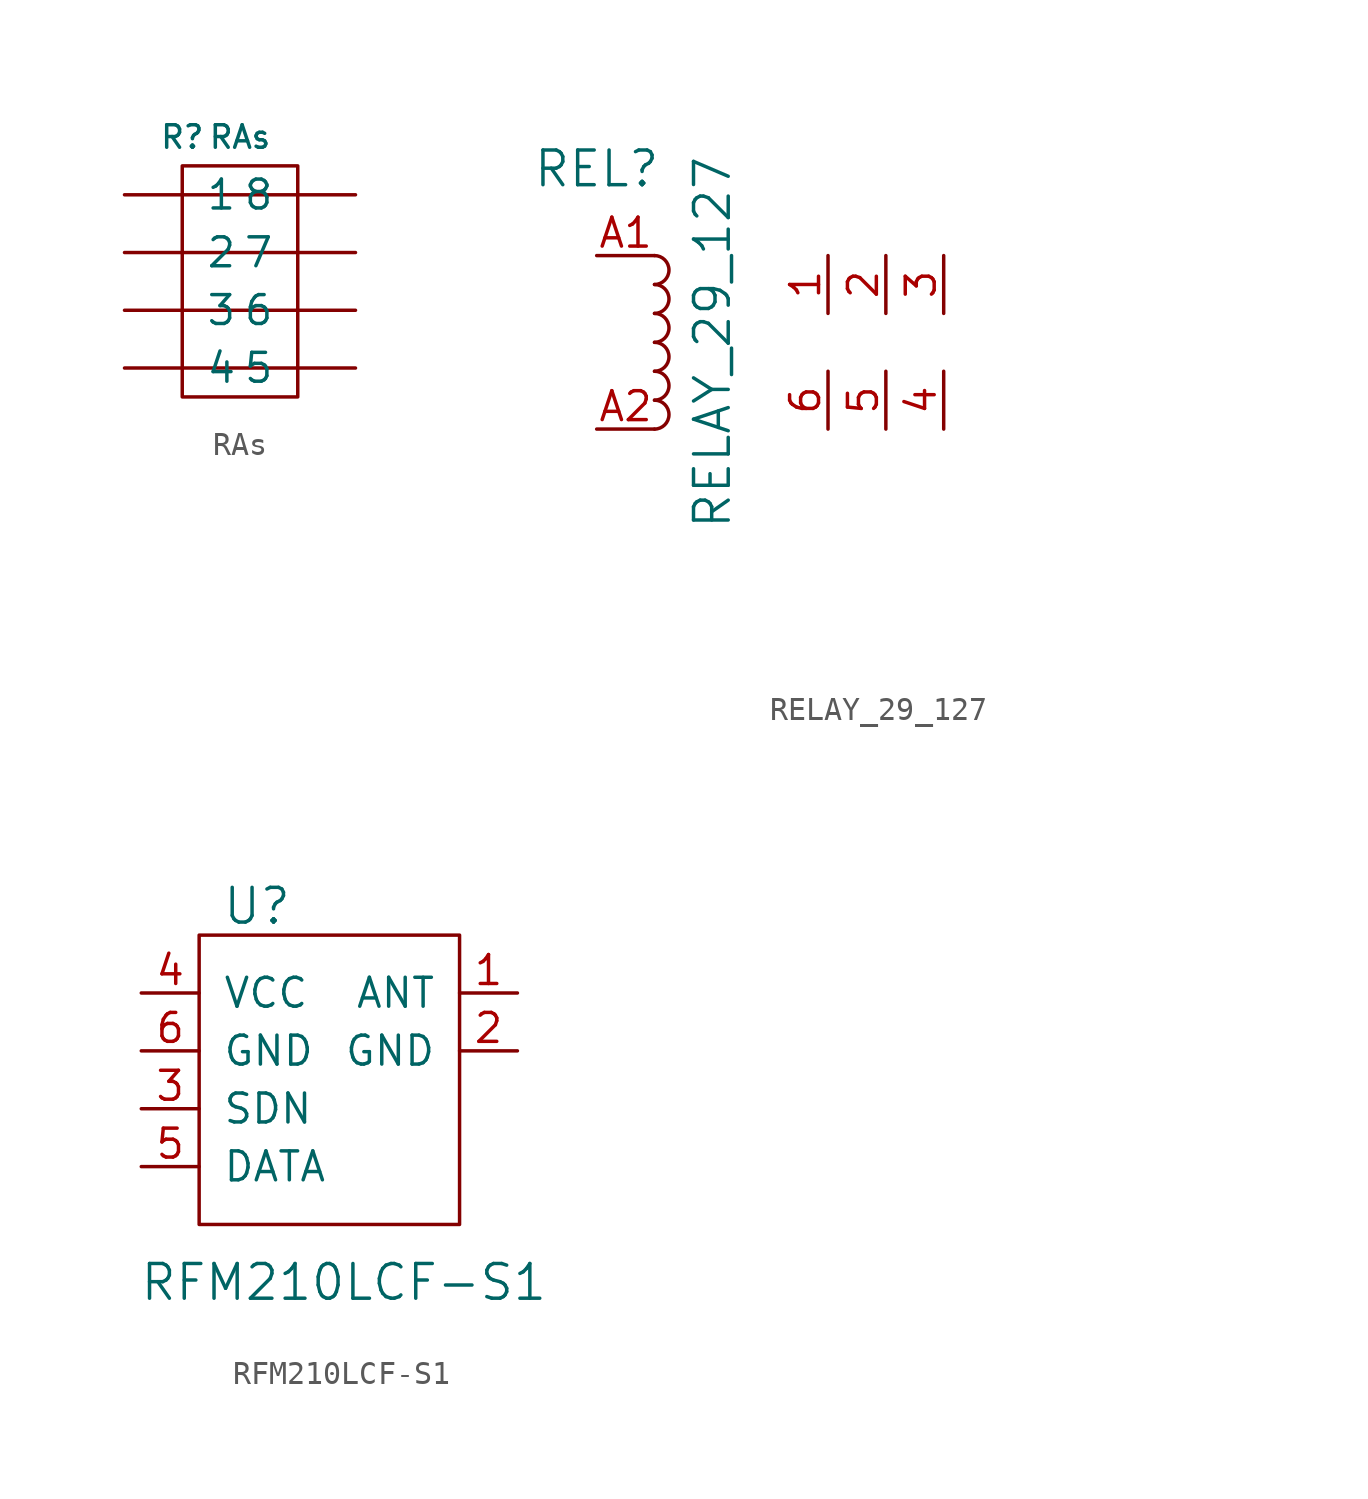
<source format=kicad_sym>
(kicad_symbol_lib
  (version 20211014)
  (generator kicad_symbol_editor)
  (symbol "RAs"
    (pin_names
      (offset 1.016))
    (property "Reference" "R"
      (at -2.54 6.35 0)
      (effects (font (size 0.991 0.991))))
    (property "Value" "RAs"
      (at 0 6.35 0)
      (effects (font (size 0.991 0.991))))
    (symbol "RAs_0_1"
      (rectangle (start -2.54 -5.08) (end 2.54 5.08) (stroke (width 0) (type default) (color 0 0 0 0)) (fill (type none)))
      (polyline (pts (xy -2.54 -3.81) (xy 2.54 -3.81)) (stroke (width 0) (type default) (color 0 0 0 0)) (fill (type none)))
      (polyline (pts (xy -2.54 -1.27) (xy 2.54 -1.27)) (stroke (width 0) (type default) (color 0 0 0 0)) (fill (type none)))
      (polyline (pts (xy -2.54 3.81) (xy 2.54 3.81)) (stroke (width 0) (type default) (color 0 0 0 0)) (fill (type none)))
      (polyline (pts (xy 2.54 1.27) (xy -2.54 1.27)) (stroke (width 0) (type default) (color 0 0 0 0)) (fill (type none))))
    (symbol "RAs_1_1"
      (pin input line (at -5.08 3.81 0) (length 2.54) (name "1" (effects (font (size 1.27 1.27)))) (number "~" (effects (font (size 1.27 1.27)))))
      (pin input line (at -5.08 1.27 0) (length 2.54) (name "2" (effects (font (size 1.27 1.27)))) (number "~" (effects (font (size 1.27 1.27)))))
      (pin input line (at -5.08 -1.27 0) (length 2.54) (name "3" (effects (font (size 1.27 1.27)))) (number "~" (effects (font (size 1.27 1.27)))))
      (pin input line (at -5.08 -3.81 0) (length 2.54) (name "4" (effects (font (size 1.27 1.27)))) (number "~" (effects (font (size 1.27 1.27)))))
      (pin input line (at 5.08 -3.81 180) (length 2.54) (name "5" (effects (font (size 1.27 1.27)))) (number "~" (effects (font (size 1.27 1.27)))))
      (pin input line (at 5.08 -1.27 180) (length 2.54) (name "6" (effects (font (size 1.27 1.27)))) (number "~" (effects (font (size 1.27 1.27)))))
      (pin input line (at 5.08 1.27 180) (length 2.54) (name "7" (effects (font (size 1.27 1.27)))) (number "~" (effects (font (size 1.27 1.27)))))
      (pin input line (at 5.08 3.81 180) (length 2.54) (name "8" (effects (font (size 1.27 1.27)))) (number "~" (effects (font (size 1.27 1.27)))))))
  (symbol "RELAY_29_127"
    (pin_names
      (offset 1.016))
    (property "Reference" "REL"
      (at -7.62 7.62 0)
      (effects (font (size 1.524 1.524))))
    (property "Value" "RELAY_29_127"
      (at -2.54 0 90)
      (effects (font (size 1.524 1.524))))
    (property "Footprint" ""
      (at 19.05 -12.7 0)
      (effects (font (size 1.524 1.524))))
    (property "Datasheet" ""
      (at 19.05 -12.7 0)
      (effects (font (size 1.524 1.524))))
    (symbol "RELAY_29_127_0_1"
      (arc (start -5.08 -3.81) (mid -4.445 -3.175) (end -5.08 -2.54) (stroke (width 0) (type default) (color 0 0 0 0)) (fill (type none)))
      (arc (start -5.08 -2.54) (mid -4.445 -1.905) (end -5.08 -1.27) (stroke (width 0) (type default) (color 0 0 0 0)) (fill (type none)))
      (arc (start -5.08 -1.27) (mid -4.445 -0.635) (end -5.08 0) (stroke (width 0) (type default) (color 0 0 0 0)) (fill (type none)))
      (arc (start -5.08 0) (mid -4.445 0.635) (end -5.08 1.27) (stroke (width 0) (type default) (color 0 0 0 0)) (fill (type none)))
      (arc (start -5.08 1.27) (mid -4.445 1.905) (end -5.08 2.54) (stroke (width 0) (type default) (color 0 0 0 0)) (fill (type none)))
      (arc (start -5.08 2.54) (mid -4.445 3.175) (end -5.08 3.81) (stroke (width 0) (type default) (color 0 0 0 0)) (fill (type none))))
    (symbol "RELAY_29_127_1_1"
      (pin passive line (at 2.54 3.81 270) (length 2.54) (name "~" (effects (font (size 1.27 1.27)))) (number "1" (effects (font (size 1.27 1.27)))))
      (pin passive line (at 5.08 3.81 270) (length 2.54) (name "~" (effects (font (size 1.27 1.27)))) (number "2" (effects (font (size 1.27 1.27)))))
      (pin passive line (at 7.62 3.81 270) (length 2.54) (name "~" (effects (font (size 1.27 1.27)))) (number "3" (effects (font (size 1.27 1.27)))))
      (pin passive line (at 7.62 -3.81 90) (length 2.54) (name "~" (effects (font (size 1.27 1.27)))) (number "4" (effects (font (size 1.27 1.27)))))
      (pin passive line (at 5.08 -3.81 90) (length 2.54) (name "~" (effects (font (size 1.27 1.27)))) (number "5" (effects (font (size 1.27 1.27)))))
      (pin passive line (at 2.54 -3.81 90) (length 2.54) (name "~" (effects (font (size 1.27 1.27)))) (number "6" (effects (font (size 1.27 1.27)))))
      (pin passive line (at -7.62 3.81 0) (length 2.54) (name "~" (effects (font (size 1.27 1.27)))) (number "A1" (effects (font (size 1.27 1.27)))))
      (pin passive line (at -7.62 -3.81 0) (length 2.54) (name "~" (effects (font (size 1.27 1.27)))) (number "A2" (effects (font (size 1.27 1.27)))))))
  (symbol "RFM210LCF-S1"
    (pin_names
      (offset 1.016))
    (property "Reference" "U"
      (at -3.81 7.62 0)
      (effects (font (size 1.524 1.524))))
    (property "Value" "RFM210LCF-S1"
      (at 0 -8.89 0)
      (effects (font (size 1.524 1.524))))
    (symbol "RFM210LCF-S1_0_1"
      (rectangle (start -6.35 6.35) (end 5.08 -6.35) (stroke (width 0) (type default) (color 0 0 0 0)) (fill (type none))))
    (symbol "RFM210LCF-S1_1_1"
      (pin passive line (at 7.62 3.81 180) (length 2.54) (name "ANT" (effects (font (size 1.27 1.27)))) (number "1" (effects (font (size 1.27 1.27)))))
      (pin passive line (at 7.62 1.27 180) (length 2.54) (name "GND" (effects (font (size 1.27 1.27)))) (number "2" (effects (font (size 1.27 1.27)))))
      (pin passive line (at -8.89 -1.27 0) (length 2.54) (name "SDN" (effects (font (size 1.27 1.27)))) (number "3" (effects (font (size 1.27 1.27)))))
      (pin passive line (at -8.89 3.81 0) (length 2.54) (name "VCC" (effects (font (size 1.27 1.27)))) (number "4" (effects (font (size 1.27 1.27)))))
      (pin passive line (at -8.89 -3.81 0) (length 2.54) (name "DATA" (effects (font (size 1.27 1.27)))) (number "5" (effects (font (size 1.27 1.27)))))
      (pin passive line (at -8.89 1.27 0) (length 2.54) (name "GND" (effects (font (size 1.27 1.27)))) (number "6" (effects (font (size 1.27 1.27))))))))
</source>
